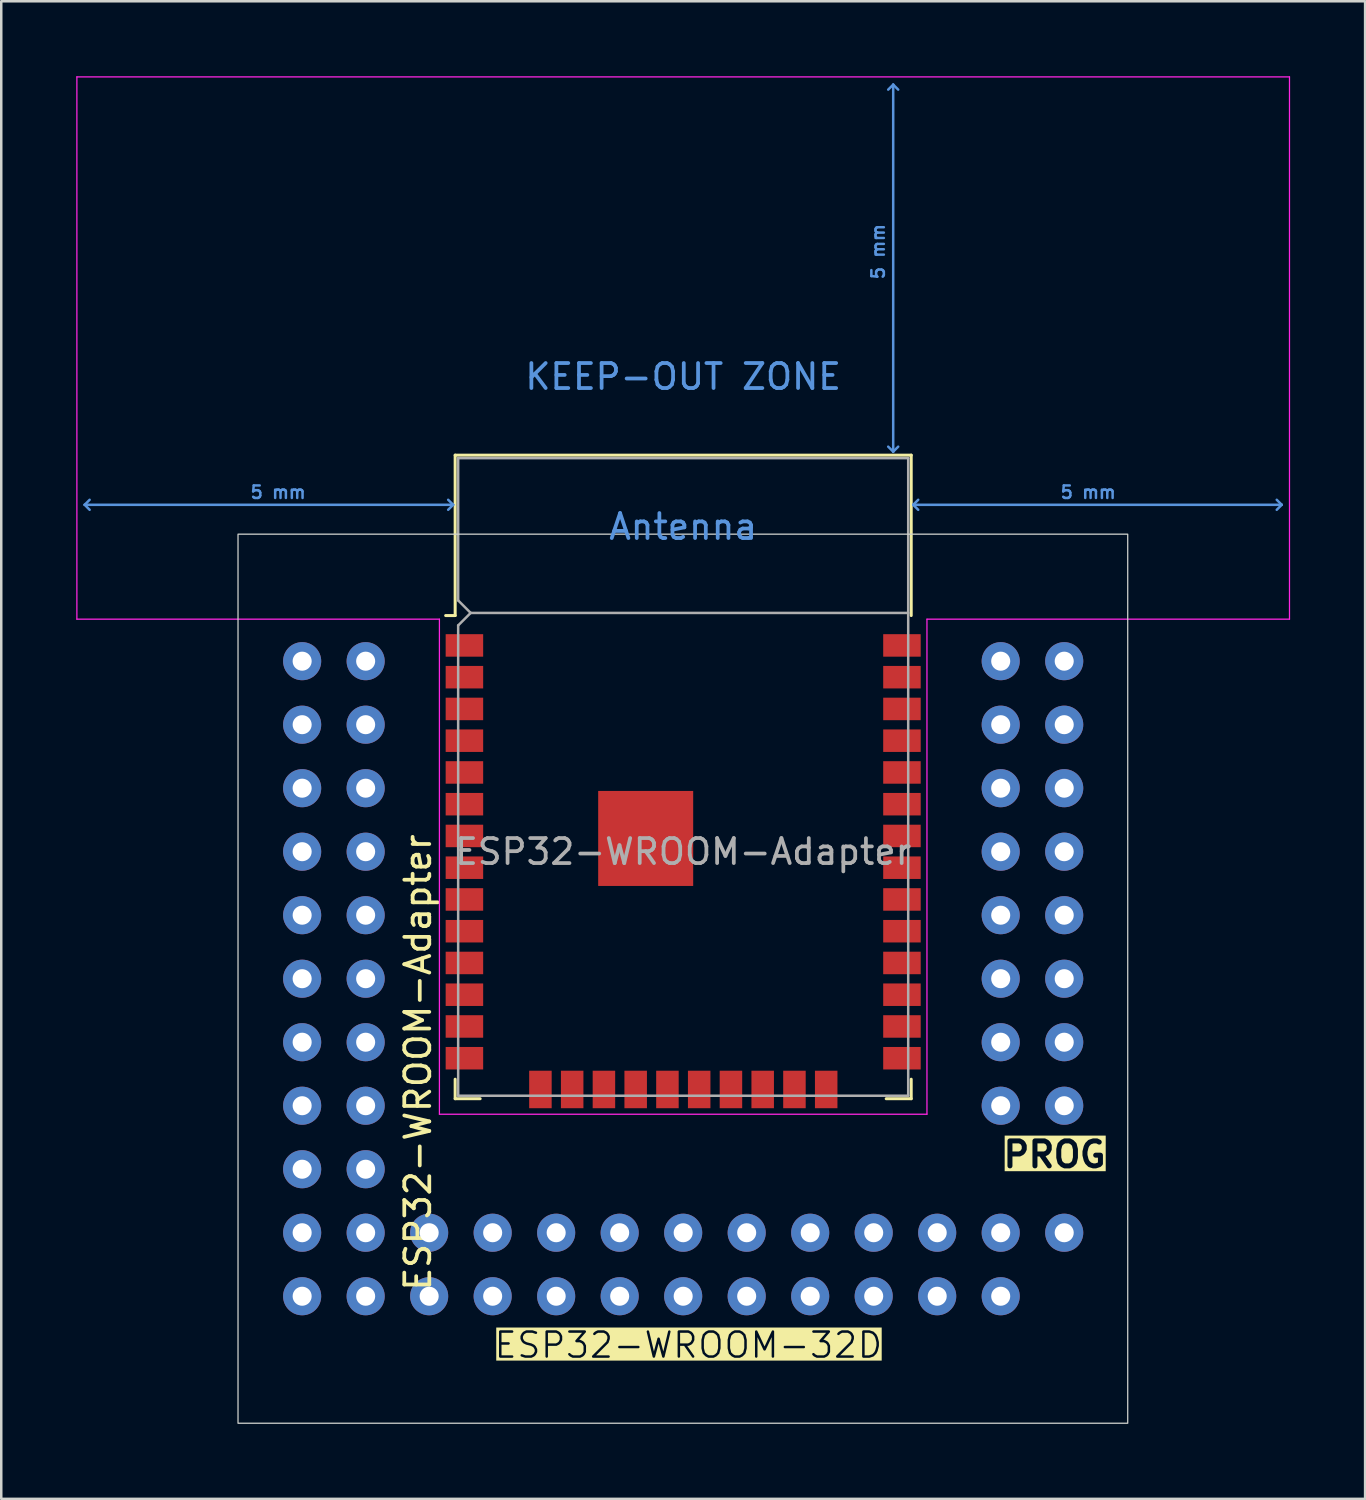
<source format=kicad_pcb>
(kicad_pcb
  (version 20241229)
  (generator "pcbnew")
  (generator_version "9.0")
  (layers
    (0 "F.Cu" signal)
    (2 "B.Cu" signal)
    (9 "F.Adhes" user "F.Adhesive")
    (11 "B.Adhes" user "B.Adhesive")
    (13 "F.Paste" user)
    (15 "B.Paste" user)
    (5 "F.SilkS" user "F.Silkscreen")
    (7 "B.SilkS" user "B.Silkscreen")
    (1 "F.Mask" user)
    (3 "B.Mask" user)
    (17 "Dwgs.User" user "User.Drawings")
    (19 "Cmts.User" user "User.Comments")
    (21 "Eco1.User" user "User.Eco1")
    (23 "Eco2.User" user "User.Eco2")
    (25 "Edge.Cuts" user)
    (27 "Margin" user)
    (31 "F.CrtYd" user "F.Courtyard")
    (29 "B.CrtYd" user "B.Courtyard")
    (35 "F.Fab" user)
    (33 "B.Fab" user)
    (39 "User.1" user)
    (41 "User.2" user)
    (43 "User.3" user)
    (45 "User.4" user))
  (footprint "ESP32-WROOM-Adapter"
    (layer "F.Cu")
    (at 24.275 31.015)
    (property "Reference" "ESP32-WROOM-Adapter" (at -10.61 8.43 90) (layer "F.SilkS") (effects (font (size 1 1) (thickness 0.15))))
    (attr through_hole)
    (fp_line (start -9.12 -15.86) (end -9.12 -9.445) (stroke (width 0.12) (type solid)) (layer "F.SilkS"))
    (fp_line (start -9.12 -15.86) (end 9.12 -15.86) (stroke (width 0.12) (type solid)) (layer "F.SilkS"))
    (fp_line (start -9.12 -9.445) (end -9.5 -9.445) (stroke (width 0.12) (type solid)) (layer "F.SilkS"))
    (fp_line (start -9.12 9.1) (end -9.12 9.88) (stroke (width 0.12) (type solid)) (layer "F.SilkS"))
    (fp_line (start -9.12 9.88) (end -8.12 9.88) (stroke (width 0.12) (type solid)) (layer "F.SilkS"))
    (fp_line (start 9.12 -15.86) (end 9.12 -9.445) (stroke (width 0.12) (type solid)) (layer "F.SilkS"))
    (fp_line (start 9.12 9.1) (end 9.12 9.88) (stroke (width 0.12) (type solid)) (layer "F.SilkS"))
    (fp_line (start 9.12 9.88) (end 8.12 9.88) (stroke (width 0.12) (type solid)) (layer "F.SilkS"))
    (fp_line (start -23.94 -13.875) (end -23.74 -14.075) (stroke (width 0.1) (type solid)) (layer "Cmts.User"))
    (fp_line (start -23.94 -13.875) (end -23.74 -13.675) (stroke (width 0.1) (type solid)) (layer "Cmts.User"))
    (fp_line (start -23.94 -13.875) (end -9.2 -13.875) (stroke (width 0.1) (type solid)) (layer "Cmts.User"))
    (fp_line (start -9.2 -13.875) (end -9.4 -14.075) (stroke (width 0.1) (type solid)) (layer "Cmts.User"))
    (fp_line (start -9.2 -13.875) (end -9.4 -13.675) (stroke (width 0.1) (type solid)) (layer "Cmts.User"))
    (fp_line (start 8.4 -30.68) (end 8.2 -30.48) (stroke (width 0.1) (type solid)) (layer "Cmts.User"))
    (fp_line (start 8.4 -30.68) (end 8.6 -30.48) (stroke (width 0.1) (type solid)) (layer "Cmts.User"))
    (fp_line (start 8.4 -16) (end 8.2 -16.2) (stroke (width 0.1) (type solid)) (layer "Cmts.User"))
    (fp_line (start 8.4 -16) (end 8.4 -30.68) (stroke (width 0.1) (type solid)) (layer "Cmts.User"))
    (fp_line (start 8.4 -16) (end 8.6 -16.2) (stroke (width 0.1) (type solid)) (layer "Cmts.User"))
    (fp_line (start 9.2 -13.875) (end 9.4 -14.075) (stroke (width 0.1) (type solid)) (layer "Cmts.User"))
    (fp_line (start 9.2 -13.875) (end 9.4 -13.675) (stroke (width 0.1) (type solid)) (layer "Cmts.User"))
    (fp_line (start 9.2 -13.875) (end 23.94 -13.875) (stroke (width 0.1) (type solid)) (layer "Cmts.User"))
    (fp_line (start 23.94 -13.875) (end 23.74 -14.075) (stroke (width 0.1) (type solid)) (layer "Cmts.User"))
    (fp_line (start 23.94 -13.875) (end 23.74 -13.675) (stroke (width 0.1) (type solid)) (layer "Cmts.User"))
    (fp_rect (start -17.805 -12.7) (end 17.78 22.86) (stroke (width 0.05) (type default)) (fill no) (layer "Edge.Cuts"))
    (fp_line (start -24.25 -30.99) (end -24.25 -9.3) (stroke (width 0.05) (type solid)) (layer "F.CrtYd"))
    (fp_line (start -24.25 -30.99) (end 24.25 -30.99) (stroke (width 0.05) (type solid)) (layer "F.CrtYd"))
    (fp_line (start -24.25 -9.3) (end -9.75 -9.3) (stroke (width 0.05) (type solid)) (layer "F.CrtYd"))
    (fp_line (start -9.75 10.5) (end -9.75 -9.3) (stroke (width 0.05) (type solid)) (layer "F.CrtYd"))
    (fp_line (start -9.75 10.5) (end 9.75 10.5) (stroke (width 0.05) (type solid)) (layer "F.CrtYd"))
    (fp_line (start 9.75 -9.3) (end 9.75 10.5) (stroke (width 0.05) (type solid)) (layer "F.CrtYd"))
    (fp_line (start 9.75 -9.3) (end 24.25 -9.3) (stroke (width 0.05) (type solid)) (layer "F.CrtYd"))
    (fp_line (start 24.25 -30.99) (end 24.25 -9.3) (stroke (width 0.05) (type solid)) (layer "F.CrtYd"))
    (fp_line (start -9 -15.74) (end -9 -10.05) (stroke (width 0.1) (type solid)) (layer "F.Fab"))
    (fp_line (start -9 -15.74) (end 9 -15.74) (stroke (width 0.1) (type solid)) (layer "F.Fab"))
    (fp_line (start -9 -9.05) (end -9 9.76) (stroke (width 0.1) (type solid)) (layer "F.Fab"))
    (fp_line (start -9 -9.05) (end -8.5 -9.55) (stroke (width 0.1) (type solid)) (layer "F.Fab"))
    (fp_line (start -9 9.76) (end 9 9.76) (stroke (width 0.1) (type solid)) (layer "F.Fab"))
    (fp_line (start -8.5 -9.55) (end -9 -10.05) (stroke (width 0.1) (type solid)) (layer "F.Fab"))
    (fp_line (start -8.5 -9.55) (end 9 -9.55) (stroke (width 0.1) (type solid)) (layer "F.Fab"))
    (fp_line (start 9 9.76) (end 9 -15.74) (stroke (width 0.1) (type solid)) (layer "F.Fab"))
    (fp_text user "ESP32-WROOM-32D" (at -7.62 20.32 0) (unlocked yes) (layer "F.SilkS" knockout) (effects (font (size 1 1) (thickness 0.1)) (justify left bottom)))
    (fp_text user "PROG" (at 12.7 12.7 0) (unlocked yes) (layer "F.SilkS" knockout) (effects (font (size 1 1) (thickness 0.2) (bold yes)) (justify left bottom)))
    (fp_text user "5 mm" (at 16.2 -14.375 0) (layer "Cmts.User") (effects (font (size 0.5 0.5) (thickness 0.1))))
    (fp_text user "KEEP-OUT ZONE" (at 0 -19 0) (layer "Cmts.User") (effects (font (size 1 1) (thickness 0.15))))
    (fp_text user "Antenna" (at 0 -13 0) (layer "Cmts.User") (effects (font (size 1 1) (thickness 0.15))))
    (fp_text user "5 mm" (at -16.2 -14.375 0) (layer "Cmts.User") (effects (font (size 0.5 0.5) (thickness 0.1))))
    (fp_text user "5 mm" (at 7.8 -24 90) (layer "Cmts.User") (effects (font (size 0.5 0.5) (thickness 0.1))))
    (fp_text user "${REFERENCE}" (at 0 0 0) (layer "F.Fab") (effects (font (size 1 1) (thickness 0.15))))
    (pad "" thru_hole circle (at -15.24 10.16) (size 1.524 1.524) (drill 0.762) (layers "*.Cu" "*.Mask"))
    (pad "" thru_hole circle (at -15.24 17.78 90) (size 1.524 1.524) (drill 0.762) (layers "*.Cu" "*.Mask"))
    (pad "" thru_hole circle (at -12.7 10.16) (size 1.524 1.524) (drill 0.762) (layers "*.Cu" "*.Mask"))
    (pad "" thru_hole circle (at -12.7 17.78 90) (size 1.524 1.524) (drill 0.762) (layers "*.Cu" "*.Mask"))
    (pad "" thru_hole circle (at -10.16 17.78 90) (size 1.524 1.524) (drill 0.762) (layers "*.Cu" "*.Mask"))
    (pad "" thru_hole circle (at -7.62 17.78 90) (size 1.524 1.524) (drill 0.762) (layers "*.Cu" "*.Mask"))
    (pad "" thru_hole circle (at -5.08 17.78 90) (size 1.524 1.524) (drill 0.762) (layers "*.Cu" "*.Mask"))
    (pad "" thru_hole circle (at -2.54 17.78 90) (size 1.524 1.524) (drill 0.762) (layers "*.Cu" "*.Mask"))
    (pad "" thru_hole circle (at 0 17.78 90) (size 1.524 1.524) (drill 0.762) (layers "*.Cu" "*.Mask"))
    (pad "" thru_hole circle (at 2.54 17.78 90) (size 1.524 1.524) (drill 0.762) (layers "*.Cu" "*.Mask"))
    (pad "" thru_hole circle (at 5.08 17.78 90) (size 1.524 1.524) (drill 0.762) (layers "*.Cu" "*.Mask"))
    (pad "" thru_hole circle (at 7.62 17.78 90) (size 1.524 1.524) (drill 0.762) (layers "*.Cu" "*.Mask"))
    (pad "" thru_hole circle (at 10.16 17.78 90) (size 1.524 1.524) (drill 0.762) (layers "*.Cu" "*.Mask"))
    (pad "" thru_hole circle (at 12.7 17.78 90) (size 1.524 1.524) (drill 0.762) (layers "*.Cu" "*.Mask"))
    (pad "" thru_hole circle (at 15.24 15.24 90) (size 1.524 1.524) (drill 0.762) (layers "*.Cu" "*.Mask"))
    (pad "1" thru_hole circle (at -15.24 -7.62) (size 1.524 1.524) (drill 0.762) (layers "*.Cu" "*.Mask"))
    (pad "1" smd rect (at -8.75 -8.25) (size 1.5 0.9) (layers "F.Cu" "F.Mask" "F.Paste"))
    (pad "2" thru_hole circle (at -15.24 15.24 90) (size 1.524 1.524) (drill 0.762) (layers "*.Cu" "*.Mask"))
    (pad "2" thru_hole circle (at -12.7 -7.62) (size 1.524 1.524) (drill 0.762) (layers "*.Cu" "*.Mask"))
    (pad "2" smd rect (at -8.75 -6.98) (size 1.5 0.9) (layers "F.Cu" "F.Mask" "F.Paste"))
    (pad "3" thru_hole circle (at -15.24 -5.08) (size 1.524 1.524) (drill 0.762) (layers "*.Cu" "*.Mask"))
    (pad "3" smd rect (at -8.75 -5.71) (size 1.5 0.9) (layers "F.Cu" "F.Mask" "F.Paste"))
    (pad "4" thru_hole circle (at -12.7 -5.08) (size 1.524 1.524) (drill 0.762) (layers "*.Cu" "*.Mask"))
    (pad "4" smd rect (at -8.75 -4.44) (size 1.5 0.9) (layers "F.Cu" "F.Mask" "F.Paste"))
    (pad "5" thru_hole circle (at -15.24 -2.54) (size 1.524 1.524) (drill 0.762) (layers "*.Cu" "*.Mask"))
    (pad "5" smd rect (at -8.75 -3.17) (size 1.5 0.9) (layers "F.Cu" "F.Mask" "F.Paste"))
    (pad "6" thru_hole circle (at -12.7 -2.54) (size 1.524 1.524) (drill 0.762) (layers "*.Cu" "*.Mask"))
    (pad "6" smd rect (at -8.75 -1.9) (size 1.5 0.9) (layers "F.Cu" "F.Mask" "F.Paste"))
    (pad "7" thru_hole circle (at -15.24 0) (size 1.524 1.524) (drill 0.762) (layers "*.Cu" "*.Mask"))
    (pad "7" smd rect (at -8.75 -0.63) (size 1.5 0.9) (layers "F.Cu" "F.Mask" "F.Paste"))
    (pad "8" thru_hole circle (at -12.7 0) (size 1.524 1.524) (drill 0.762) (layers "*.Cu" "*.Mask"))
    (pad "8" smd rect (at -8.75 0.64) (size 1.5 0.9) (layers "F.Cu" "F.Mask" "F.Paste"))
    (pad "9" thru_hole circle (at -15.24 2.54) (size 1.524 1.524) (drill 0.762) (layers "*.Cu" "*.Mask"))
    (pad "9" smd rect (at -8.75 1.91) (size 1.5 0.9) (layers "F.Cu" "F.Mask" "F.Paste"))
    (pad "10" thru_hole circle (at -12.7 2.54) (size 1.524 1.524) (drill 0.762) (layers "*.Cu" "*.Mask"))
    (pad "10" smd rect (at -8.75 3.18) (size 1.5 0.9) (layers "F.Cu" "F.Mask" "F.Paste"))
    (pad "11" thru_hole circle (at -15.24 5.08) (size 1.524 1.524) (drill 0.762) (layers "*.Cu" "*.Mask"))
    (pad "11" smd rect (at -8.75 4.45) (size 1.5 0.9) (layers "F.Cu" "F.Mask" "F.Paste"))
    (pad "12" thru_hole circle (at -12.7 5.08) (size 1.524 1.524) (drill 0.762) (layers "*.Cu" "*.Mask"))
    (pad "12" smd rect (at -8.75 5.72) (size 1.5 0.9) (layers "F.Cu" "F.Mask" "F.Paste"))
    (pad "13" thru_hole circle (at -15.24 7.62) (size 1.524 1.524) (drill 0.762) (layers "*.Cu" "*.Mask"))
    (pad "13" smd rect (at -8.75 6.99) (size 1.5 0.9) (layers "F.Cu" "F.Mask" "F.Paste"))
    (pad "14" thru_hole circle (at -12.7 7.62) (size 1.524 1.524) (drill 0.762) (layers "*.Cu" "*.Mask"))
    (pad "14" smd rect (at -8.75 8.26) (size 1.5 0.9) (layers "F.Cu" "F.Mask" "F.Paste"))
    (pad "15" thru_hole circle (at -12.7 15.24 90) (size 1.524 1.524) (drill 0.762) (layers "*.Cu" "*.Mask"))
    (pad "15" thru_hole circle (at -10.16 15.24 90) (size 1.524 1.524) (drill 0.762) (layers "*.Cu" "*.Mask"))
    (pad "15" smd rect (at -5.71 9.51 90) (size 1.5 0.9) (layers "F.Cu" "F.Mask" "F.Paste"))
    (pad "16" thru_hole circle (at -7.62 15.24 90) (size 1.524 1.524) (drill 0.762) (layers "*.Cu" "*.Mask"))
    (pad "16" smd rect (at -4.44 9.51 90) (size 1.5 0.9) (layers "F.Cu" "F.Mask" "F.Paste"))
    (pad "17" thru_hole circle (at -5.08 15.24 90) (size 1.524 1.524) (drill 0.762) (layers "*.Cu" "*.Mask"))
    (pad "17" smd rect (at -3.17 9.51 90) (size 1.5 0.9) (layers "F.Cu" "F.Mask" "F.Paste"))
    (pad "18" thru_hole circle (at -2.54 15.24 90) (size 1.524 1.524) (drill 0.762) (layers "*.Cu" "*.Mask"))
    (pad "18" smd rect (at -1.9 9.51 90) (size 1.5 0.9) (layers "F.Cu" "F.Mask" "F.Paste"))
    (pad "19" smd rect (at -0.63 9.51 90) (size 1.5 0.9) (layers "F.Cu" "F.Mask" "F.Paste"))
    (pad "19" thru_hole circle (at 0 15.24 90) (size 1.524 1.524) (drill 0.762) (layers "*.Cu" "*.Mask"))
    (pad "20" smd rect (at 0.64 9.51 90) (size 1.5 0.9) (layers "F.Cu" "F.Mask" "F.Paste"))
    (pad "20" thru_hole circle (at 2.54 15.24 90) (size 1.524 1.524) (drill 0.762) (layers "*.Cu" "*.Mask"))
    (pad "21" smd rect (at 1.91 9.51 90) (size 1.5 0.9) (layers "F.Cu" "F.Mask" "F.Paste"))
    (pad "21" thru_hole circle (at 5.08 15.24 90) (size 1.524 1.524) (drill 0.762) (layers "*.Cu" "*.Mask"))
    (pad "22" smd rect (at 3.18 9.51 90) (size 1.5 0.9) (layers "F.Cu" "F.Mask" "F.Paste"))
    (pad "22" thru_hole circle (at 7.62 15.24 90) (size 1.524 1.524) (drill 0.762) (layers "*.Cu" "*.Mask"))
    (pad "23" smd rect (at 4.45 9.51 90) (size 1.5 0.9) (layers "F.Cu" "F.Mask" "F.Paste"))
    (pad "23" thru_hole circle (at 10.16 15.24 90) (size 1.524 1.524) (drill 0.762) (layers "*.Cu" "*.Mask"))
    (pad "24" smd rect (at 5.72 9.51 90) (size 1.5 0.9) (layers "F.Cu" "F.Mask" "F.Paste"))
    (pad "24" thru_hole circle (at 12.7 15.24 90) (size 1.524 1.524) (drill 0.762) (layers "*.Cu" "*.Mask"))
    (pad "25" smd rect (at 8.75 8.26) (size 1.5 0.9) (layers "F.Cu" "F.Mask" "F.Paste"))
    (pad "25" thru_hole circle (at 12.7 10.16) (size 1.524 1.524) (drill 0.762) (layers "*.Cu" "*.Mask"))
    (pad "25" thru_hole circle (at 15.24 7.62) (size 1.524 1.524) (drill 0.762) (layers "*.Cu" "*.Mask"))
    (pad "26" smd rect (at 8.75 6.99) (size 1.5 0.9) (layers "F.Cu" "F.Mask" "F.Paste"))
    (pad "26" thru_hole circle (at 12.7 7.62) (size 1.524 1.524) (drill 0.762) (layers "*.Cu" "*.Mask"))
    (pad "27" smd rect (at 8.75 5.72) (size 1.5 0.9) (layers "F.Cu" "F.Mask" "F.Paste"))
    (pad "27" thru_hole circle (at 15.24 5.08) (size 1.524 1.524) (drill 0.762) (layers "*.Cu" "*.Mask"))
    (pad "28" smd rect (at 8.75 4.45) (size 1.5 0.9) (layers "F.Cu" "F.Mask" "F.Paste"))
    (pad "28" thru_hole circle (at 12.7 5.08) (size 1.524 1.524) (drill 0.762) (layers "*.Cu" "*.Mask"))
    (pad "29" smd rect (at 8.75 3.18) (size 1.5 0.9) (layers "F.Cu" "F.Mask" "F.Paste"))
    (pad "29" thru_hole circle (at 15.24 2.54) (size 1.524 1.524) (drill 0.762) (layers "*.Cu" "*.Mask"))
    (pad "30" smd rect (at 8.75 1.91) (size 1.5 0.9) (layers "F.Cu" "F.Mask" "F.Paste"))
    (pad "30" thru_hole circle (at 12.7 2.54) (size 1.524 1.524) (drill 0.762) (layers "*.Cu" "*.Mask"))
    (pad "31" smd rect (at 8.75 0.64) (size 1.5 0.9) (layers "F.Cu" "F.Mask" "F.Paste"))
    (pad "31" thru_hole circle (at 15.24 0) (size 1.524 1.524) (drill 0.762) (layers "*.Cu" "*.Mask"))
    (pad "32" smd rect (at 8.75 -0.63) (size 1.5 0.9) (layers "F.Cu" "F.Mask" "F.Paste"))
    (pad "32" thru_hole circle (at 12.7 0) (size 1.524 1.524) (drill 0.762) (layers "*.Cu" "*.Mask"))
    (pad "33" smd rect (at 8.75 -1.9) (size 1.5 0.9) (layers "F.Cu" "F.Mask" "F.Paste"))
    (pad "33" thru_hole circle (at 15.24 -2.54) (size 1.524 1.524) (drill 0.762) (layers "*.Cu" "*.Mask"))
    (pad "34" smd rect (at 8.75 -3.17) (size 1.5 0.9) (layers "F.Cu" "F.Mask" "F.Paste"))
    (pad "34" thru_hole circle (at 12.7 -2.54) (size 1.524 1.524) (drill 0.762) (layers "*.Cu" "*.Mask"))
    (pad "35" smd rect (at 8.75 -4.44) (size 1.5 0.9) (layers "F.Cu" "F.Mask" "F.Paste"))
    (pad "35" thru_hole circle (at 15.24 -5.08) (size 1.524 1.524) (drill 0.762) (layers "*.Cu" "*.Mask"))
    (pad "36" smd rect (at 8.75 -5.71) (size 1.5 0.9) (layers "F.Cu" "F.Mask" "F.Paste"))
    (pad "36" thru_hole circle (at 12.7 -5.08) (size 1.524 1.524) (drill 0.762) (layers "*.Cu" "*.Mask"))
    (pad "37" smd rect (at 8.75 -6.98) (size 1.5 0.9) (layers "F.Cu" "F.Mask" "F.Paste"))
    (pad "37" thru_hole circle (at 15.24 -7.62) (size 1.524 1.524) (drill 0.762) (layers "*.Cu" "*.Mask"))
    (pad "38" smd rect (at 8.75 -8.25) (size 1.5 0.9) (layers "F.Cu" "F.Mask" "F.Paste"))
    (pad "38" thru_hole circle (at 12.7 -7.62) (size 1.524 1.524) (drill 0.762) (layers "*.Cu" "*.Mask"))
    (pad "38" thru_hole circle (at 15.24 10.16) (size 1.524 1.524) (drill 0.762) (layers "*.Cu" "*.Mask"))
    (pad "39" smd rect (at -1.5 -0.53) (size 3.8 3.8) (layers "F.Cu" "F.Mask"))
    (pad "LED" thru_hole circle (at -15.24 12.7 90) (size 1.524 1.524) (drill 0.762) (layers "*.Cu" "*.Mask"))
    (pad "LED" thru_hole circle (at -12.7 12.7 90) (size 1.524 1.524) (drill 0.762) (layers "*.Cu" "*.Mask"))
    (zone (net_name "") (layers "F.Cu" "B.Cu") (hatch full 0.508) (connect_pads) (min_thickness 0.254) (filled_areas_thickness no) (keepout (tracks not_allowed) (vias not_allowed) (pads not_allowed) (copperpour not_allowed) (footprints not_allowed)) (placement (enabled no)) (fill) (polygon (pts (xy 0.275 21.465) (xy 48.275 21.465) (xy 48.275 0.275) (xy 0.275 0.275)))))
  (gr_rect
    (start -3 -3)
    (end 51.55 56.9)
    (stroke (width 0.1) (type default))
    (fill no)
    (layer "Edge.Cuts")))
</source>
